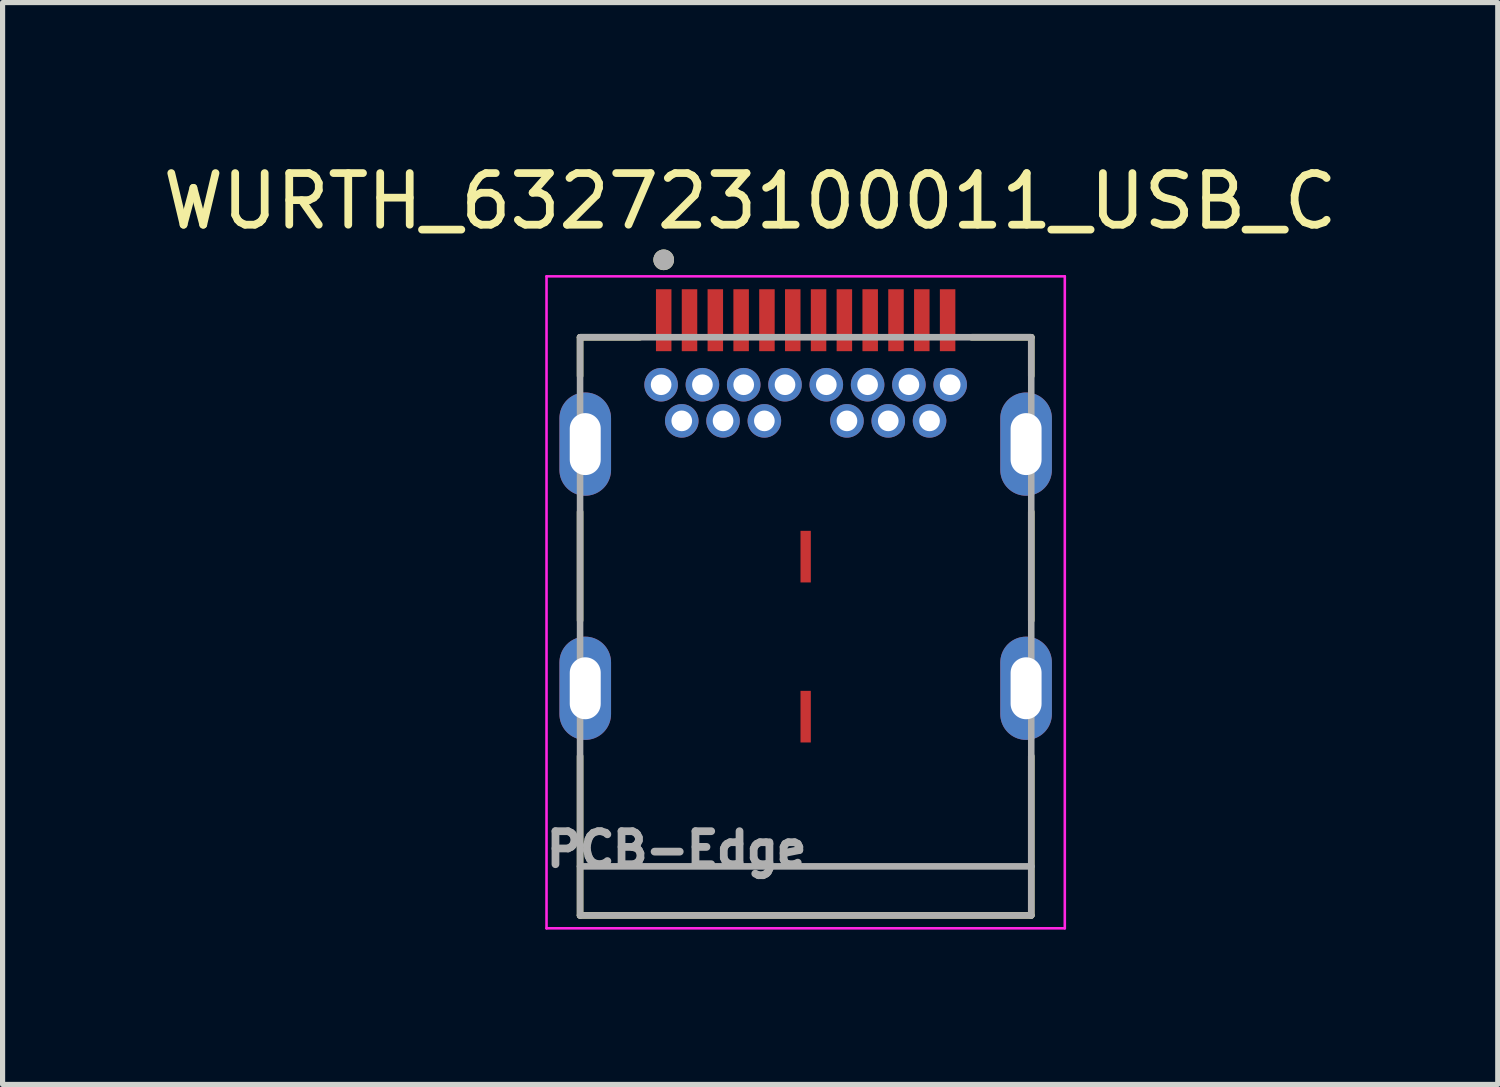
<source format=kicad_pcb>
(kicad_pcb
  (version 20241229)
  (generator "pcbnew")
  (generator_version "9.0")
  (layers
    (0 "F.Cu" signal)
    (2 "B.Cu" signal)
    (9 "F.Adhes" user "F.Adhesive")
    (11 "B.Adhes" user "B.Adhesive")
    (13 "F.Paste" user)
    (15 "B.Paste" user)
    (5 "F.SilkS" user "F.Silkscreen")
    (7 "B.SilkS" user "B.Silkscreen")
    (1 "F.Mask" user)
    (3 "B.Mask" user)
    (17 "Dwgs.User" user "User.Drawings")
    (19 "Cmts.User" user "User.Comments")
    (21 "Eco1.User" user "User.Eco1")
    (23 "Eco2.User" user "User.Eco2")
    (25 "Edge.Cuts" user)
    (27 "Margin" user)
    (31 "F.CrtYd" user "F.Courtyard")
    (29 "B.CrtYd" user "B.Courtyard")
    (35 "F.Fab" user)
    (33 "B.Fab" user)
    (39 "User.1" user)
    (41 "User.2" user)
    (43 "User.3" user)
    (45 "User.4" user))
  (footprint "WURTH_632723100011_USB_C"
    (layer "F.Cu")
    (at 12.557 3.153)
    (property "Reference" "WURTH_632723100011_USB_C" (at -1.075 -2.305 0) (layer "F.SilkS") (effects (font (size 1 1) (thickness 0.15))))
    (attr through_hole)
    (fp_line (start -4.37 0.33) (end -4.37 1.08) (stroke (width 0.127) (type solid)) (layer "F.SilkS"))
    (fp_line (start -4.37 3.713) (end -4.37 5.816) (stroke (width 0.127) (type solid)) (layer "F.SilkS"))
    (fp_line (start -4.37 8.444) (end -4.37 11.53) (stroke (width 0.127) (type solid)) (layer "F.SilkS"))
    (fp_line (start -4.37 11.53) (end 4.37 11.53) (stroke (width 0.127) (type solid)) (layer "F.SilkS"))
    (fp_line (start -3.214 0.33) (end -4.37 0.33) (stroke (width 0.127) (type solid)) (layer "F.SilkS"))
    (fp_line (start 3.214 0.33) (end 4.37 0.33) (stroke (width 0.127) (type solid)) (layer "F.SilkS"))
    (fp_line (start 4.37 0.33) (end 4.37 1.08) (stroke (width 0.127) (type solid)) (layer "F.SilkS"))
    (fp_line (start 4.37 3.713) (end 4.37 5.816) (stroke (width 0.127) (type solid)) (layer "F.SilkS"))
    (fp_line (start 4.37 11.53) (end 4.37 8.444) (stroke (width 0.127) (type solid)) (layer "F.SilkS"))
    (fp_circle (center -2.75 -1.17) (end -2.65 -1.17) (stroke (width 0.2) (type solid)) (fill no) (layer "F.SilkS"))
    (fp_line (start -5.02 -0.85) (end 5.02 -0.85) (stroke (width 0.05) (type solid)) (layer "F.CrtYd"))
    (fp_line (start -5.02 11.78) (end -5.02 -0.85) (stroke (width 0.05) (type solid)) (layer "F.CrtYd"))
    (fp_line (start 5.02 -0.85) (end 5.02 11.78) (stroke (width 0.05) (type solid)) (layer "F.CrtYd"))
    (fp_line (start 5.02 11.78) (end -5.02 11.78) (stroke (width 0.05) (type solid)) (layer "F.CrtYd"))
    (fp_line (start -4.37 0.33) (end 4.37 0.33) (stroke (width 0.127) (type solid)) (layer "F.Fab"))
    (fp_line (start -4.37 10.58) (end -4.37 0.33) (stroke (width 0.127) (type solid)) (layer "F.Fab"))
    (fp_line (start -4.37 11.53) (end -4.37 10.58) (stroke (width 0.127) (type solid)) (layer "F.Fab"))
    (fp_line (start 4.37 0.33) (end 4.37 10.58) (stroke (width 0.127) (type solid)) (layer "F.Fab"))
    (fp_line (start 4.37 10.58) (end -4.37 10.58) (stroke (width 0.127) (type solid)) (layer "F.Fab"))
    (fp_line (start 4.37 10.58) (end 4.37 11.53) (stroke (width 0.127) (type solid)) (layer "F.Fab"))
    (fp_line (start 4.37 11.53) (end -4.37 11.53) (stroke (width 0.127) (type solid)) (layer "F.Fab"))
    (fp_circle (center -2.75 -1.17) (end -2.65 -1.17) (stroke (width 0.2) (type solid)) (fill no) (layer "F.Fab"))
    (fp_text user "PCB-Edge" (at -2.5 10.25 0) (layer "F.Fab") (effects (font (size 0.64 0.64) (thickness 0.15))))
    (pad "A1" smd rect (at -2.75 0) (size 0.3 1.2) (layers "F.Cu" "F.Mask" "F.Paste"))
    (pad "A2" smd rect (at -2.25 0) (size 0.3 1.2) (layers "F.Cu" "F.Mask" "F.Paste"))
    (pad "A3" smd rect (at -1.75 0) (size 0.3 1.2) (layers "F.Cu" "F.Mask" "F.Paste"))
    (pad "A4" smd rect (at -1.25 0) (size 0.3 1.2) (layers "F.Cu" "F.Mask" "F.Paste"))
    (pad "A5" smd rect (at -0.75 0) (size 0.3 1.2) (layers "F.Cu" "F.Mask" "F.Paste"))
    (pad "A6" smd rect (at -0.25 0) (size 0.3 1.2) (layers "F.Cu" "F.Mask" "F.Paste"))
    (pad "A7" smd rect (at 0.25 0) (size 0.3 1.2) (layers "F.Cu" "F.Mask" "F.Paste"))
    (pad "A8" smd rect (at 0.75 0) (size 0.3 1.2) (layers "F.Cu" "F.Mask" "F.Paste"))
    (pad "A9" smd rect (at 1.25 0) (size 0.3 1.2) (layers "F.Cu" "F.Mask" "F.Paste"))
    (pad "A10" smd rect (at 1.75 0) (size 0.3 1.2) (layers "F.Cu" "F.Mask" "F.Paste"))
    (pad "A11" smd rect (at 2.25 0) (size 0.3 1.2) (layers "F.Cu" "F.Mask" "F.Paste"))
    (pad "A12" smd rect (at 2.75 0) (size 0.3 1.2) (layers "F.Cu" "F.Mask" "F.Paste"))
    (pad "B1" thru_hole circle (at 2.8 1.25) (size 0.65 0.65) (drill 0.4) (layers "*.Cu" "*.Mask"))
    (pad "B2" thru_hole circle (at 2.4 1.95) (size 0.65 0.65) (drill 0.4) (layers "*.Cu" "*.Mask"))
    (pad "B3" thru_hole circle (at 1.6 1.95) (size 0.65 0.65) (drill 0.4) (layers "*.Cu" "*.Mask"))
    (pad "B4" thru_hole circle (at 1.2 1.25) (size 0.65 0.65) (drill 0.4) (layers "*.Cu" "*.Mask"))
    (pad "B5" thru_hole circle (at 0.8 1.95) (size 0.65 0.65) (drill 0.4) (layers "*.Cu" "*.Mask"))
    (pad "B6" thru_hole circle (at 0.4 1.25) (size 0.65 0.65) (drill 0.4) (layers "*.Cu" "*.Mask"))
    (pad "B7" thru_hole circle (at -0.4 1.25) (size 0.65 0.65) (drill 0.4) (layers "*.Cu" "*.Mask"))
    (pad "B8" thru_hole circle (at -0.8 1.95) (size 0.65 0.65) (drill 0.4) (layers "*.Cu" "*.Mask"))
    (pad "B9" thru_hole circle (at -1.2 1.25) (size 0.65 0.65) (drill 0.4) (layers "*.Cu" "*.Mask"))
    (pad "B10" thru_hole circle (at -1.6 1.95) (size 0.65 0.65) (drill 0.4) (layers "*.Cu" "*.Mask"))
    (pad "B11" thru_hole circle (at -2.4 1.95) (size 0.65 0.65) (drill 0.4) (layers "*.Cu" "*.Mask"))
    (pad "B12" thru_hole circle (at -2.8 1.25) (size 0.65 0.65) (drill 0.4) (layers "*.Cu" "*.Mask"))
    (pad "G1" thru_hole circle (at -2 1.25) (size 0.65 0.65) (drill 0.4) (layers "*.Cu" "*.Mask"))
    (pad "G2" thru_hole circle (at 2 1.25) (size 0.65 0.65) (drill 0.4) (layers "*.Cu" "*.Mask"))
    (pad "S1" thru_hole oval (at -4.27 2.4) (size 1 2) (drill oval 0.6 1.2) (layers "*.Cu" "*.Mask"))
    (pad "S2" thru_hole oval (at 4.27 2.4) (size 1 2) (drill oval 0.6 1.2) (layers "*.Cu" "*.Mask"))
    (pad "S3" thru_hole oval (at -4.27 7.13) (size 1 2) (drill oval 0.6 1.2) (layers "*.Cu" "*.Mask"))
    (pad "S4" thru_hole oval (at 4.27 7.13) (size 1 2) (drill oval 0.6 1.2) (layers "*.Cu" "*.Mask"))
    (pad "S5" smd rect (at 0 4.58) (size 0.2 1) (layers "F.Cu" "F.Mask" "F.Paste"))
    (pad "S6" smd rect (at 0 7.68) (size 0.2 1) (layers "F.Cu" "F.Mask" "F.Paste")))
  (gr_rect
    (start -3 -3)
    (end 25.964 17.958)
    (stroke (width 0.1) (type default))
    (fill no)
    (layer "Edge.Cuts")))
</source>
